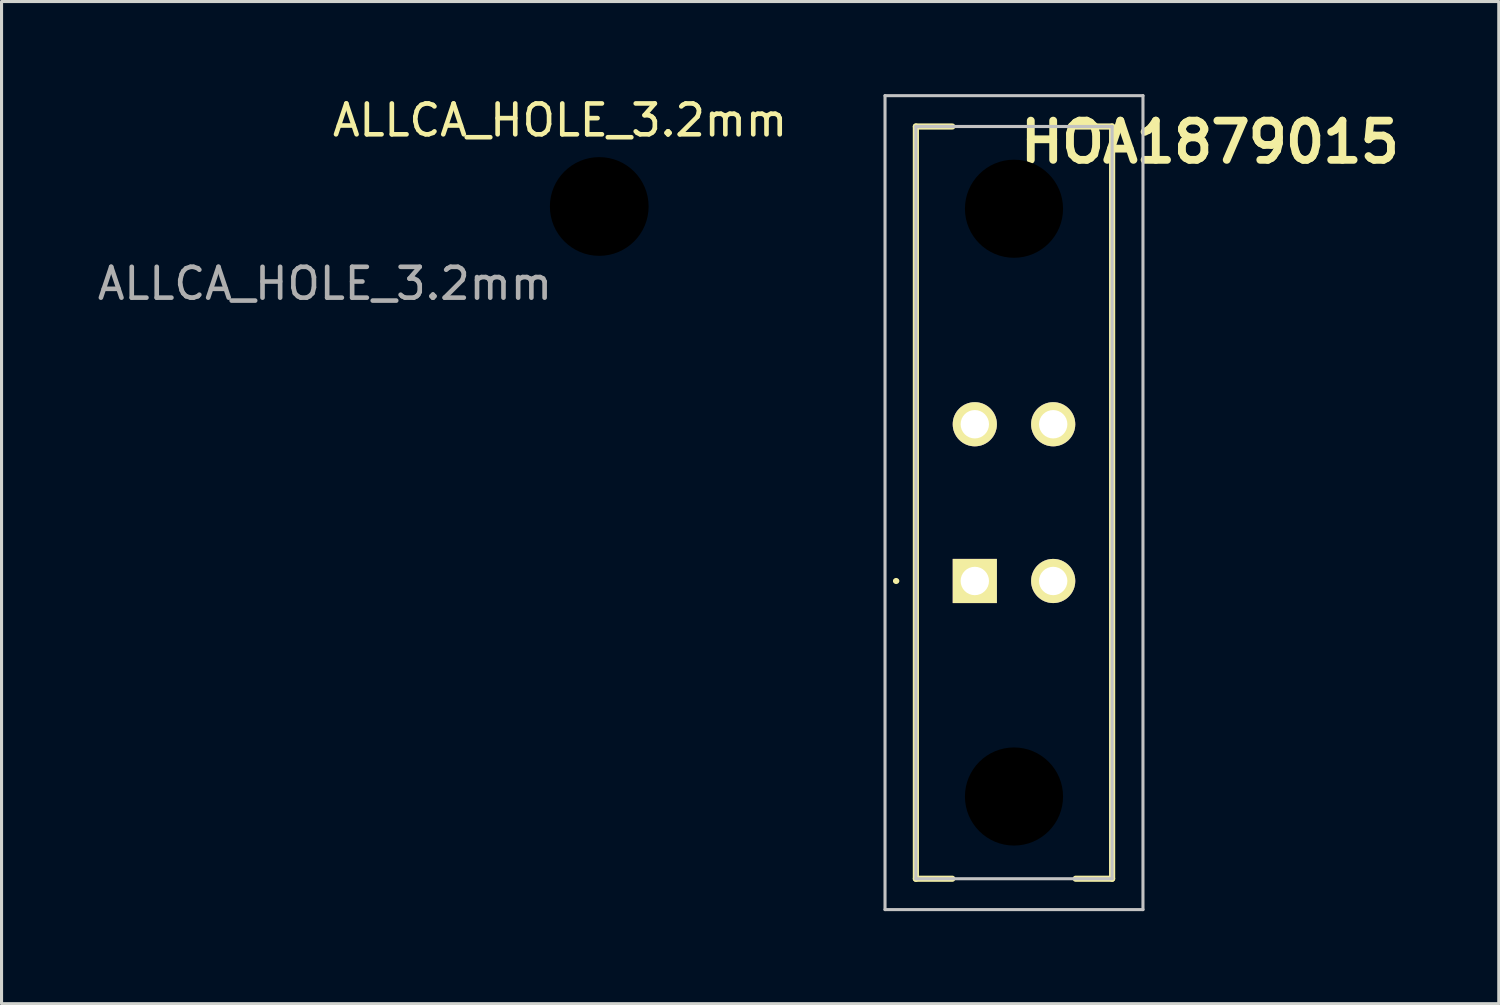
<source format=kicad_pcb>
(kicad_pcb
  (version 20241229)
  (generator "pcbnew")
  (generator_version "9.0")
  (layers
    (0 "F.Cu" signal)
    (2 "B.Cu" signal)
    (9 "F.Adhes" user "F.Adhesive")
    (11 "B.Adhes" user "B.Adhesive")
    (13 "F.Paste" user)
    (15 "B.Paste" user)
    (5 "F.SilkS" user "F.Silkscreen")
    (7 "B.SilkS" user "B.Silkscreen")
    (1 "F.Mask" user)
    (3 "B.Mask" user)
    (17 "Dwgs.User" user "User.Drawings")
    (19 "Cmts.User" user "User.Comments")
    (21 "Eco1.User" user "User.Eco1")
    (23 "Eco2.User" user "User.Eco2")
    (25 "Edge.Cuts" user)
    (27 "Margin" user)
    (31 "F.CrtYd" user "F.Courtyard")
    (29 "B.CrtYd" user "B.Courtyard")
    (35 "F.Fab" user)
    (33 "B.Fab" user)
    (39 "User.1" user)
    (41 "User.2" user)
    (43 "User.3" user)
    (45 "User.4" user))
  (footprint "ALLCA_HOLE_3.2mm"
    (layer "F.Cu")
    (at 16.372 3.642)
    (property "Reference" "ALLCA_HOLE_3.2mm" (at -1.27 -2.794 0) (unlocked yes) (layer "F.SilkS") (effects (font (size 1 1) (thickness 0.15))))
    (attr through_hole)
    (fp_text user "${REFERENCE}" (at -8.89 2.5 0) (unlocked yes) (layer "F.Fab") (effects (font (size 1 1) (thickness 0.15))))
    (pad "" np_thru_hole circle (at 0 0) (size 3.2 3.2) (drill 3.2) (layers "*.Mask")))
  (footprint "HOA1879015"
    (layer "F.Cu")
    (at 28.544 15.78)
    (property "Reference" "HOA1879015" (at 7.62 -14.224 0) (layer "F.SilkS") (effects (font (size 1.27 1.27) (thickness 0.254))))
    (attr through_hole exclude_from_pos_files)
    (fp_line (start -2.6 0) (end -2.6 0) (stroke (width 0.1) (type solid)) (layer "F.SilkS"))
    (fp_line (start -2.5 0) (end -2.5 0) (stroke (width 0.1) (type solid)) (layer "F.SilkS"))
    (fp_line (start -1.91 -14.73) (end -0.73 -14.73) (stroke (width 0.2) (type solid)) (layer "F.SilkS"))
    (fp_line (start -1.91 9.65) (end -1.91 -14.73) (stroke (width 0.2) (type solid)) (layer "F.SilkS"))
    (fp_line (start -0.73 9.65) (end -1.91 9.65) (stroke (width 0.2) (type solid)) (layer "F.SilkS"))
    (fp_line (start 3.27 -14.73) (end 4.45 -14.73) (stroke (width 0.2) (type solid)) (layer "F.SilkS"))
    (fp_line (start 4.45 -14.73) (end 4.45 9.65) (stroke (width 0.2) (type solid)) (layer "F.SilkS"))
    (fp_line (start 4.45 9.65) (end 3.27 9.65) (stroke (width 0.2) (type solid)) (layer "F.SilkS"))
    (fp_arc (start -2.6 0) (mid -2.55 -0.05) (end -2.5 0) (stroke (width 0.1) (type solid)) (layer "F.SilkS"))
    (fp_arc (start -2.5 0) (mid -2.55 0.05) (end -2.6 0) (stroke (width 0.1) (type solid)) (layer "F.SilkS"))
    (fp_line (start -2.91 -15.73) (end 5.45 -15.73) (stroke (width 0.1) (type solid)) (layer "Dwgs.User"))
    (fp_line (start -2.91 10.65) (end -2.91 -15.73) (stroke (width 0.1) (type solid)) (layer "Dwgs.User"))
    (fp_line (start -1.91 -14.73) (end 4.45 -14.73) (stroke (width 0.1) (type solid)) (layer "Dwgs.User"))
    (fp_line (start -1.91 9.65) (end -1.91 -14.73) (stroke (width 0.1) (type solid)) (layer "Dwgs.User"))
    (fp_line (start 4.45 -14.73) (end 4.45 9.65) (stroke (width 0.1) (type solid)) (layer "Dwgs.User"))
    (fp_line (start 4.45 9.65) (end -1.91 9.65) (stroke (width 0.1) (type solid)) (layer "Dwgs.User"))
    (fp_line (start 5.45 -15.73) (end 5.45 10.65) (stroke (width 0.1) (type solid)) (layer "Dwgs.User"))
    (fp_line (start 5.45 10.65) (end -2.91 10.65) (stroke (width 0.1) (type solid)) (layer "Dwgs.User"))
    (pad "" np_thru_hole circle (at 1.27 -12.065 90) (size 3.18 3.18) (drill 3.18) (layers "*.Mask"))
    (pad "" np_thru_hole circle (at 1.27 6.985 90) (size 3.18 3.18) (drill 3.18) (layers "*.Mask"))
    (pad "1" thru_hole rect (at 0 0 90) (size 1.431 1.431) (drill 0.92) (layers "*.Cu" "*.Mask" "F.SilkS"))
    (pad "2" thru_hole circle (at 2.54 0 90) (size 1.431 1.431) (drill 0.92) (layers "*.Cu" "*.Mask" "F.SilkS"))
    (pad "3" thru_hole circle (at 2.54 -5.08 90) (size 1.431 1.431) (drill 0.92) (layers "*.Cu" "*.Mask" "F.SilkS"))
    (pad "4" thru_hole circle (at 0 -5.08 90) (size 1.431 1.431) (drill 0.92) (layers "*.Cu" "*.Mask" "F.SilkS")))
  (gr_rect
    (start -3 -3)
    (end 45.526 29.48)
    (stroke (width 0.1) (type default))
    (fill no)
    (layer "Edge.Cuts")))
</source>
